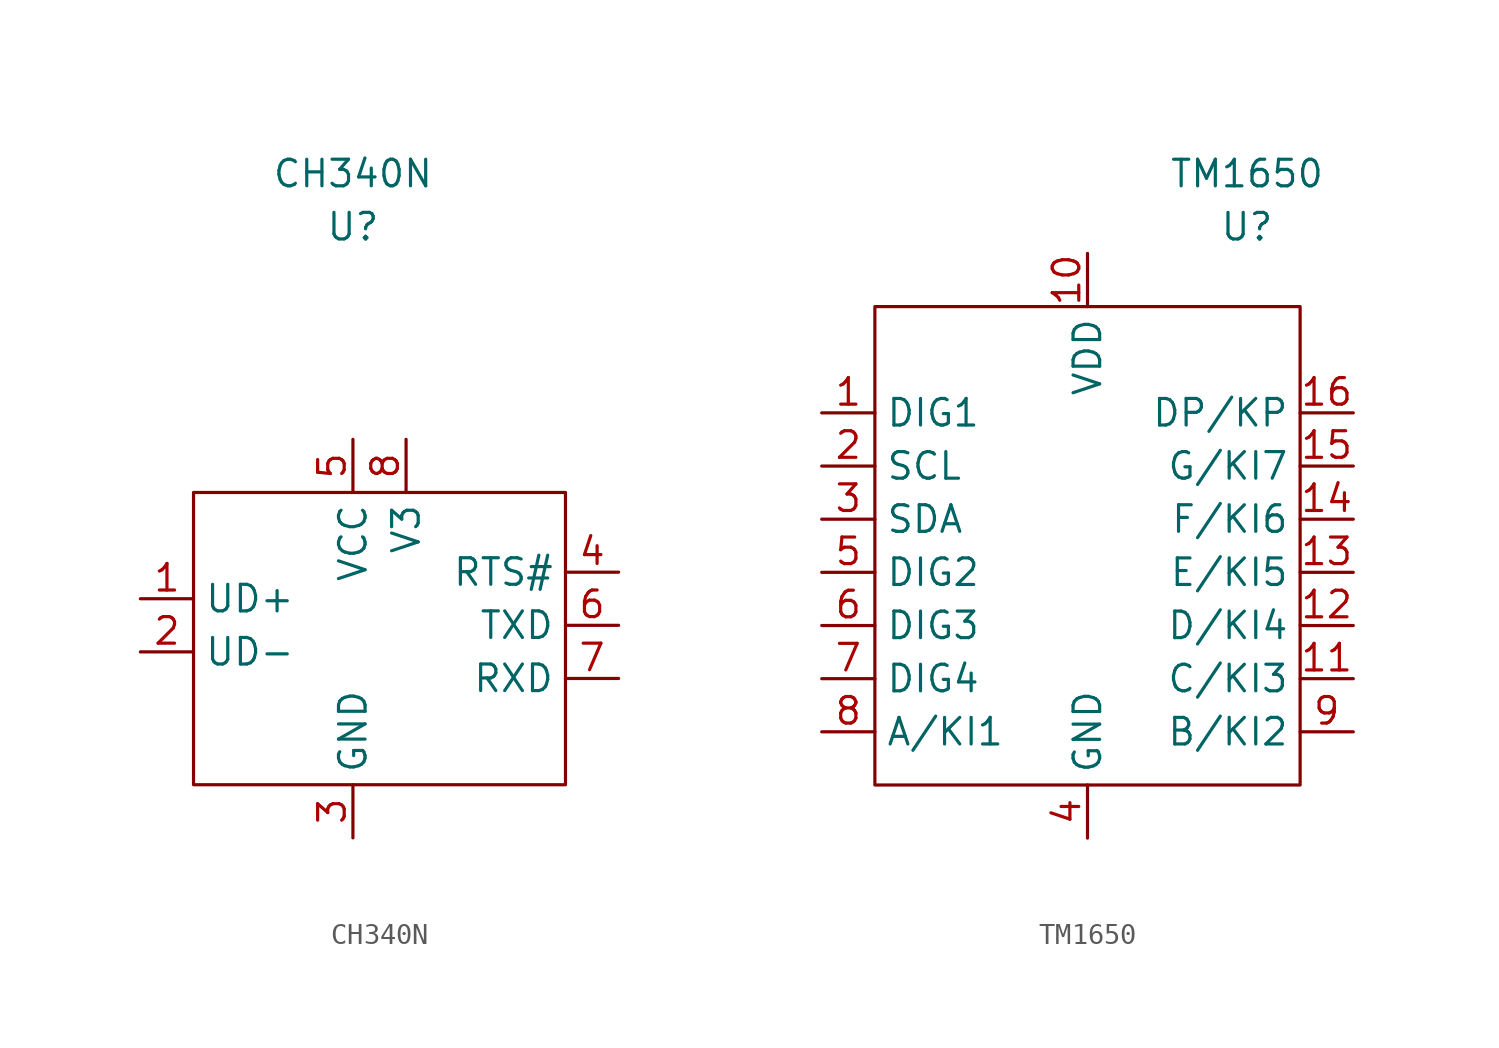
<source format=kicad_sym>
(kicad_symbol_lib
  (version 20220914)
  (generator kicad_symbol_editor)
  (symbol "CH340N"
    (property "Reference" "U"
      (at 0 7.62 0)
      (effects (font (size 1.27 1.27))))
    (property "Value" "CH340N"
      (at 0 10.16 0)
      (effects (font (size 1.27 1.27))))
    (symbol "CH340N_0_0"
      (pin input line (at -10.16 -10.16 0) (length 2.54) (name "UD+" (effects (font (size 1.27 1.27)))) (number "1" (effects (font (size 1.27 1.27)))))
      (pin input line (at -10.16 -12.7 0) (length 2.54) (name "UD-" (effects (font (size 1.27 1.27)))) (number "2" (effects (font (size 1.27 1.27)))))
      (pin power_in line (at 0 -21.59 90) (length 2.54) (name "GND" (effects (font (size 1.27 1.27)))) (number "3" (effects (font (size 1.27 1.27)))))
      (pin output line (at 12.7 -8.89 180) (length 2.54) (name "RTS#" (effects (font (size 1.27 1.27)))) (number "4" (effects (font (size 1.27 1.27)))))
      (pin power_in line (at 0 -2.54 270) (length 2.54) (name "VCC" (effects (font (size 1.27 1.27)))) (number "5" (effects (font (size 1.27 1.27)))))
      (pin output line (at 12.7 -11.43 180) (length 2.54) (name "TXD" (effects (font (size 1.27 1.27)))) (number "6" (effects (font (size 1.27 1.27)))))
      (pin output line (at 12.7 -13.97 180) (length 2.54) (name "RXD" (effects (font (size 1.27 1.27)))) (number "7" (effects (font (size 1.27 1.27)))))
      (pin power_in line (at 2.54 -2.54 270) (length 2.54) (name "V3" (effects (font (size 1.27 1.27)))) (number "8" (effects (font (size 1.27 1.27))))))
    (symbol "CH340N_0_1"
      (rectangle (start -7.62 -5.08) (end 10.16 -19.05) (stroke (width 0) (type default)) (fill (type none)))))
  (symbol "TM1650"
    (property "Reference" "U"
      (at 20.32 8.89 0)
      (effects (font (size 1.27 1.27))))
    (property "Value" "TM1650"
      (at 20.32 11.43 0)
      (effects (font (size 1.27 1.27))))
    (symbol "TM1650_0_0"
      (pin output line (at 0 0 0) (length 2.54) (name "DIG1" (effects (font (size 1.27 1.27)))) (number "1" (effects (font (size 1.27 1.27)))))
      (pin power_in line (at 12.7 7.62 270) (length 2.54) (name "VDD" (effects (font (size 1.27 1.27)))) (number "10" (effects (font (size 1.27 1.27)))))
      (pin bidirectional line (at 25.4 -12.7 180) (length 2.54) (name "C/KI3" (effects (font (size 1.27 1.27)))) (number "11" (effects (font (size 1.27 1.27)))))
      (pin bidirectional line (at 25.4 -10.16 180) (length 2.54) (name "D/KI4" (effects (font (size 1.27 1.27)))) (number "12" (effects (font (size 1.27 1.27)))))
      (pin bidirectional line (at 25.4 -7.62 180) (length 2.54) (name "E/KI5" (effects (font (size 1.27 1.27)))) (number "13" (effects (font (size 1.27 1.27)))))
      (pin bidirectional line (at 25.4 -5.08 180) (length 2.54) (name "F/KI6" (effects (font (size 1.27 1.27)))) (number "14" (effects (font (size 1.27 1.27)))))
      (pin bidirectional line (at 25.4 -2.54 180) (length 2.54) (name "G/KI7" (effects (font (size 1.27 1.27)))) (number "15" (effects (font (size 1.27 1.27)))))
      (pin bidirectional line (at 25.4 0 180) (length 2.54) (name "DP/KP" (effects (font (size 1.27 1.27)))) (number "16" (effects (font (size 1.27 1.27)))))
      (pin bidirectional line (at 0 -2.54 0) (length 2.54) (name "SCL" (effects (font (size 1.27 1.27)))) (number "2" (effects (font (size 1.27 1.27)))))
      (pin bidirectional line (at 0 -5.08 0) (length 2.54) (name "SDA" (effects (font (size 1.27 1.27)))) (number "3" (effects (font (size 1.27 1.27)))))
      (pin power_in line (at 12.7 -20.32 90) (length 2.54) (name "GND" (effects (font (size 1.27 1.27)))) (number "4" (effects (font (size 1.27 1.27)))))
      (pin output line (at 0 -7.62 0) (length 2.54) (name "DIG2" (effects (font (size 1.27 1.27)))) (number "5" (effects (font (size 1.27 1.27)))))
      (pin output line (at 0 -10.16 0) (length 2.54) (name "DIG3" (effects (font (size 1.27 1.27)))) (number "6" (effects (font (size 1.27 1.27)))))
      (pin output line (at 0 -12.7 0) (length 2.54) (name "DIG4" (effects (font (size 1.27 1.27)))) (number "7" (effects (font (size 1.27 1.27)))))
      (pin bidirectional line (at 0 -15.24 0) (length 2.54) (name "A/KI1" (effects (font (size 1.27 1.27)))) (number "8" (effects (font (size 1.27 1.27)))))
      (pin bidirectional line (at 25.4 -15.24 180) (length 2.54) (name "B/KI2" (effects (font (size 1.27 1.27)))) (number "9" (effects (font (size 1.27 1.27))))))
    (symbol "TM1650_0_1"
      (rectangle (start 2.54 5.08) (end 22.86 -17.78) (stroke (width 0) (type default)) (fill (type none))))))
</source>
